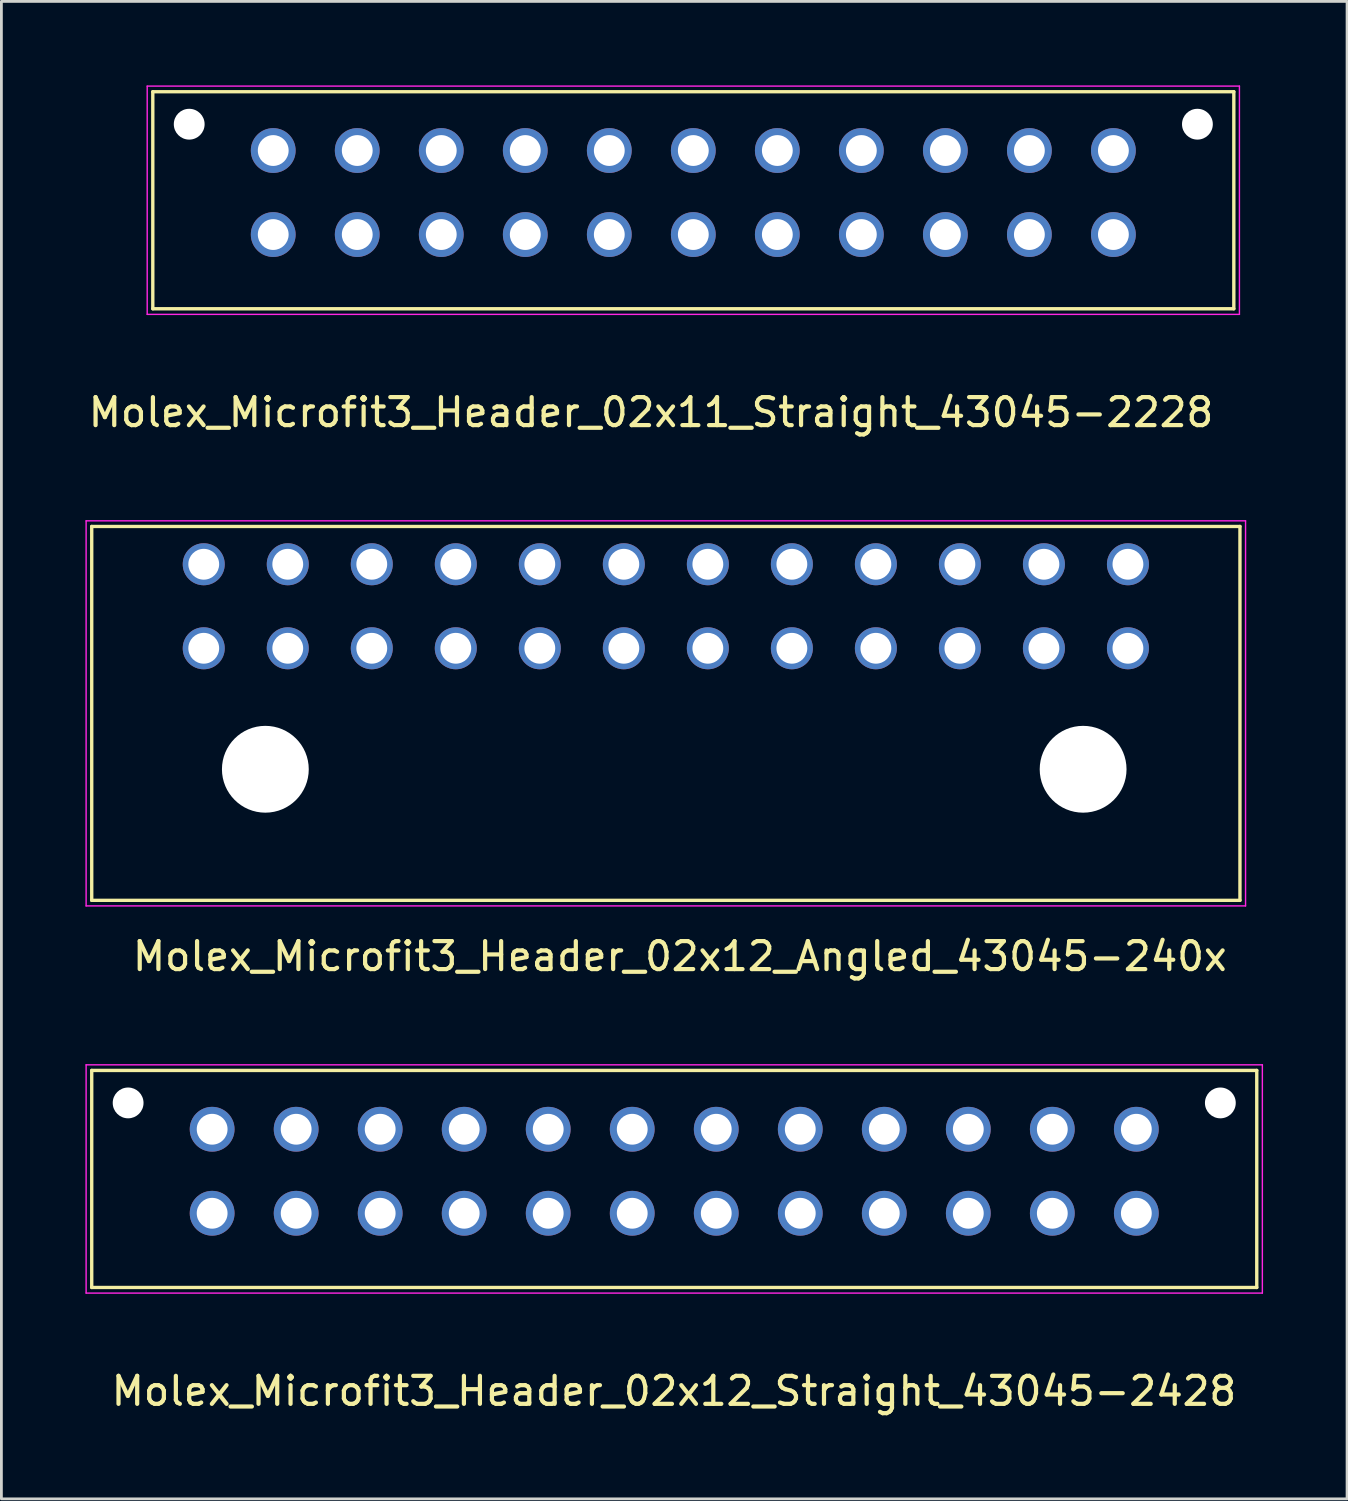
<source format=kicad_pcb>
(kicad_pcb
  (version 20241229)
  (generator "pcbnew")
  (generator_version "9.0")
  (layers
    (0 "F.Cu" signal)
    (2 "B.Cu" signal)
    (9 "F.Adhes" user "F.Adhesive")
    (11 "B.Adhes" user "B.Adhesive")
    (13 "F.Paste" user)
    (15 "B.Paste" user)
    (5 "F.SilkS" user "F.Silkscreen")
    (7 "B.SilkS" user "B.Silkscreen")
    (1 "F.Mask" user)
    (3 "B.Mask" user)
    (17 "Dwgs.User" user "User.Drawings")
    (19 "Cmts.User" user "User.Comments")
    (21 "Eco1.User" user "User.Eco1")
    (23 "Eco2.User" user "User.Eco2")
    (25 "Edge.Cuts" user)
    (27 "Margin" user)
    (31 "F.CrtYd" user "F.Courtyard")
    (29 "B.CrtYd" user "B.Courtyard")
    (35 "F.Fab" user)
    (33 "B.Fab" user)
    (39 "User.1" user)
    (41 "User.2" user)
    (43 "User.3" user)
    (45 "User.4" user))
  (footprint "Molex_Microfit3_Header_02x12_Angled_43045-240x"
    (layer "F.Cu")
    (at 37.225 20.098)
    (property "Reference" "Molex_Microfit3_Header_02x12_Angled_43045-240x" (at -16 11 0) (layer "F.SilkS") (effects (font (size 1 1) (thickness 0.15))))
    (attr through_hole)
    (fp_line (start -37 -4.35) (end 4 -4.35) (stroke (width 0.12) (type solid)) (layer "F.SilkS"))
    (fp_line (start -37 9) (end -37 -4.35) (stroke (width 0.12) (type solid)) (layer "F.SilkS"))
    (fp_line (start 4 -4.35) (end 4 9) (stroke (width 0.12) (type solid)) (layer "F.SilkS"))
    (fp_line (start 4 9) (end -37 9) (stroke (width 0.12) (type solid)) (layer "F.SilkS"))
    (fp_line (start -37.2 -4.55) (end -37.2 9.2) (stroke (width 0.05) (type solid)) (layer "F.CrtYd"))
    (fp_line (start -37.2 9.2) (end 4.2 9.2) (stroke (width 0.05) (type solid)) (layer "F.CrtYd"))
    (fp_line (start 4.2 -4.55) (end -37.2 -4.55) (stroke (width 0.05) (type solid)) (layer "F.CrtYd"))
    (fp_line (start 4.2 9.2) (end 4.2 -4.55) (stroke (width 0.05) (type solid)) (layer "F.CrtYd"))
    (pad "" np_thru_hole circle (at -30.8 4.32) (size 3.1 3.1) (drill 3.1) (layers "*.Cu" "*.Mask"))
    (pad "" np_thru_hole circle (at -1.6 4.32) (size 3.1 3.1) (drill 3.1) (layers "*.Cu" "*.Mask"))
    (pad "1" thru_hole circle (at 0 0) (size 1.5 1.5) (drill 1.1) (layers "*.Cu" "*.Mask"))
    (pad "2" thru_hole circle (at -3 0) (size 1.5 1.5) (drill 1.1) (layers "*.Cu" "*.Mask"))
    (pad "3" thru_hole circle (at -6 0) (size 1.5 1.5) (drill 1.1) (layers "*.Cu" "*.Mask"))
    (pad "4" thru_hole circle (at -9 0) (size 1.5 1.5) (drill 1.1) (layers "*.Cu" "*.Mask"))
    (pad "5" thru_hole circle (at -12 0) (size 1.5 1.5) (drill 1.1) (layers "*.Cu" "*.Mask"))
    (pad "6" thru_hole circle (at -15 0) (size 1.5 1.5) (drill 1.1) (layers "*.Cu" "*.Mask"))
    (pad "7" thru_hole circle (at -18 0) (size 1.5 1.5) (drill 1.1) (layers "*.Cu" "*.Mask"))
    (pad "8" thru_hole circle (at -21 0) (size 1.5 1.5) (drill 1.1) (layers "*.Cu" "*.Mask"))
    (pad "9" thru_hole circle (at -24 0) (size 1.5 1.5) (drill 1.1) (layers "*.Cu" "*.Mask"))
    (pad "10" thru_hole circle (at -27 0) (size 1.5 1.5) (drill 1.1) (layers "*.Cu" "*.Mask"))
    (pad "11" thru_hole circle (at -30 0) (size 1.5 1.5) (drill 1.1) (layers "*.Cu" "*.Mask"))
    (pad "12" thru_hole circle (at -33 0) (size 1.5 1.5) (drill 1.1) (layers "*.Cu" "*.Mask"))
    (pad "13" thru_hole circle (at 0 -3) (size 1.5 1.5) (drill 1.1) (layers "*.Cu" "*.Mask"))
    (pad "14" thru_hole circle (at -3 -3) (size 1.5 1.5) (drill 1.1) (layers "*.Cu" "*.Mask"))
    (pad "15" thru_hole circle (at -6 -3) (size 1.5 1.5) (drill 1.1) (layers "*.Cu" "*.Mask"))
    (pad "16" thru_hole circle (at -9 -3) (size 1.5 1.5) (drill 1.1) (layers "*.Cu" "*.Mask"))
    (pad "17" thru_hole circle (at -12 -3) (size 1.5 1.5) (drill 1.1) (layers "*.Cu" "*.Mask"))
    (pad "18" thru_hole circle (at -15 -3) (size 1.5 1.5) (drill 1.1) (layers "*.Cu" "*.Mask"))
    (pad "19" thru_hole circle (at -18 -3) (size 1.5 1.5) (drill 1.1) (layers "*.Cu" "*.Mask"))
    (pad "20" thru_hole circle (at -21 -3) (size 1.5 1.5) (drill 1.1) (layers "*.Cu" "*.Mask"))
    (pad "21" thru_hole circle (at -24 -3) (size 1.5 1.5) (drill 1.1) (layers "*.Cu" "*.Mask"))
    (pad "22" thru_hole circle (at -27 -3) (size 1.5 1.5) (drill 1.1) (layers "*.Cu" "*.Mask"))
    (pad "23" thru_hole circle (at -30 -3) (size 1.5 1.5) (drill 1.1) (layers "*.Cu" "*.Mask"))
    (pad "24" thru_hole circle (at -33 -3) (size 1.5 1.5) (drill 1.1) (layers "*.Cu" "*.Mask")))
  (footprint "Molex_Microfit3_Header_02x11_Straight_43045-2228"
    (layer "F.Cu")
    (at 36.706 5.325)
    (property "Reference" "Molex_Microfit3_Header_02x11_Straight_43045-2228" (at -16.51 6.35 0) (layer "F.SilkS") (effects (font (size 1 1) (thickness 0.15))))
    (attr through_hole)
    (fp_line (start -34.3 2.65) (end -34.3 -5.1) (stroke (width 0.12) (type solid)) (layer "F.SilkS"))
    (fp_line (start 4.3 -5.1) (end -34.3 -5.1) (stroke (width 0.12) (type solid)) (layer "F.SilkS"))
    (fp_line (start 4.3 2.65) (end -34.3 2.65) (stroke (width 0.12) (type solid)) (layer "F.SilkS"))
    (fp_line (start 4.3 2.65) (end 4.3 -5.1) (stroke (width 0.12) (type solid)) (layer "F.SilkS"))
    (fp_line (start -34.5 2.85) (end -34.5 -5.3) (stroke (width 0.05) (type solid)) (layer "F.CrtYd"))
    (fp_line (start 4.5 -5.3) (end -34.5 -5.3) (stroke (width 0.05) (type solid)) (layer "F.CrtYd"))
    (fp_line (start 4.5 2.85) (end -34.5 2.85) (stroke (width 0.05) (type solid)) (layer "F.CrtYd"))
    (fp_line (start 4.5 2.85) (end 4.5 -5.3) (stroke (width 0.05) (type solid)) (layer "F.CrtYd"))
    (pad "" np_thru_hole circle (at -33 -3.94) (size 1.1 1.1) (drill 1.1) (layers "*.Cu" "*.Mask"))
    (pad "" np_thru_hole circle (at 3 -3.94) (size 1.1 1.1) (drill 1.1) (layers "*.Cu" "*.Mask"))
    (pad "1" thru_hole circle (at 0 0) (size 1.6 1.6) (drill 1.1) (layers "*.Cu" "*.Mask"))
    (pad "2" thru_hole circle (at -3 0) (size 1.6 1.6) (drill 1.1) (layers "*.Cu" "*.Mask"))
    (pad "3" thru_hole circle (at -6 0) (size 1.6 1.6) (drill 1.1) (layers "*.Cu" "*.Mask"))
    (pad "4" thru_hole circle (at -9 0) (size 1.6 1.6) (drill 1.1) (layers "*.Cu" "*.Mask"))
    (pad "5" thru_hole circle (at -12 0) (size 1.6 1.6) (drill 1.1) (layers "*.Cu" "*.Mask"))
    (pad "6" thru_hole circle (at -15 0) (size 1.6 1.6) (drill 1.1) (layers "*.Cu" "*.Mask"))
    (pad "7" thru_hole circle (at -18 0) (size 1.6 1.6) (drill 1.1) (layers "*.Cu" "*.Mask"))
    (pad "8" thru_hole circle (at -21 0) (size 1.6 1.6) (drill 1.1) (layers "*.Cu" "*.Mask"))
    (pad "9" thru_hole circle (at -24 0) (size 1.6 1.6) (drill 1.1) (layers "*.Cu" "*.Mask"))
    (pad "10" thru_hole circle (at -27 0) (size 1.6 1.6) (drill 1.1) (layers "*.Cu" "*.Mask"))
    (pad "11" thru_hole circle (at -30 0) (size 1.6 1.6) (drill 1.1) (layers "*.Cu" "*.Mask"))
    (pad "12" thru_hole circle (at 0 -3) (size 1.6 1.6) (drill 1.1) (layers "*.Cu" "*.Mask"))
    (pad "13" thru_hole circle (at -3 -3) (size 1.6 1.6) (drill 1.1) (layers "*.Cu" "*.Mask"))
    (pad "14" thru_hole circle (at -6 -3) (size 1.6 1.6) (drill 1.1) (layers "*.Cu" "*.Mask"))
    (pad "15" thru_hole circle (at -9 -3) (size 1.6 1.6) (drill 1.1) (layers "*.Cu" "*.Mask"))
    (pad "16" thru_hole circle (at -12 -3) (size 1.6 1.6) (drill 1.1) (layers "*.Cu" "*.Mask"))
    (pad "17" thru_hole circle (at -15 -3) (size 1.6 1.6) (drill 1.1) (layers "*.Cu" "*.Mask"))
    (pad "18" thru_hole circle (at -18 -3) (size 1.6 1.6) (drill 1.1) (layers "*.Cu" "*.Mask"))
    (pad "19" thru_hole circle (at -21 -3) (size 1.6 1.6) (drill 1.1) (layers "*.Cu" "*.Mask"))
    (pad "20" thru_hole circle (at -24 -3) (size 1.6 1.6) (drill 1.1) (layers "*.Cu" "*.Mask"))
    (pad "21" thru_hole circle (at -27 -3) (size 1.6 1.6) (drill 1.1) (layers "*.Cu" "*.Mask"))
    (pad "22" thru_hole circle (at -30 -3) (size 1.6 1.6) (drill 1.1) (layers "*.Cu" "*.Mask")))
  (footprint "Molex_Microfit3_Header_02x12_Straight_43045-2428"
    (layer "F.Cu")
    (at 37.525 40.272)
    (property "Reference" "Molex_Microfit3_Header_02x12_Straight_43045-2428" (at -16.51 6.35 0) (layer "F.SilkS") (effects (font (size 1 1) (thickness 0.15))))
    (attr through_hole)
    (fp_line (start -37.3 2.65) (end -37.3 -5.1) (stroke (width 0.12) (type solid)) (layer "F.SilkS"))
    (fp_line (start 4.3 -5.1) (end -37.3 -5.1) (stroke (width 0.12) (type solid)) (layer "F.SilkS"))
    (fp_line (start 4.3 2.65) (end -37.3 2.65) (stroke (width 0.12) (type solid)) (layer "F.SilkS"))
    (fp_line (start 4.3 2.65) (end 4.3 -5.1) (stroke (width 0.12) (type solid)) (layer "F.SilkS"))
    (fp_line (start -37.5 2.85) (end -37.5 -5.3) (stroke (width 0.05) (type solid)) (layer "F.CrtYd"))
    (fp_line (start 4.5 -5.3) (end -37.5 -5.3) (stroke (width 0.05) (type solid)) (layer "F.CrtYd"))
    (fp_line (start 4.5 2.85) (end -37.5 2.85) (stroke (width 0.05) (type solid)) (layer "F.CrtYd"))
    (fp_line (start 4.5 2.85) (end 4.5 -5.3) (stroke (width 0.05) (type solid)) (layer "F.CrtYd"))
    (pad "" np_thru_hole circle (at -36 -3.94) (size 1.1 1.1) (drill 1.1) (layers "*.Cu" "*.Mask"))
    (pad "" np_thru_hole circle (at 3 -3.94) (size 1.1 1.1) (drill 1.1) (layers "*.Cu" "*.Mask"))
    (pad "1" thru_hole circle (at 0 0) (size 1.6 1.6) (drill 1.1) (layers "*.Cu" "*.Mask"))
    (pad "2" thru_hole circle (at -3 0) (size 1.6 1.6) (drill 1.1) (layers "*.Cu" "*.Mask"))
    (pad "3" thru_hole circle (at -6 0) (size 1.6 1.6) (drill 1.1) (layers "*.Cu" "*.Mask"))
    (pad "4" thru_hole circle (at -9 0) (size 1.6 1.6) (drill 1.1) (layers "*.Cu" "*.Mask"))
    (pad "5" thru_hole circle (at -12 0) (size 1.6 1.6) (drill 1.1) (layers "*.Cu" "*.Mask"))
    (pad "6" thru_hole circle (at -15 0) (size 1.6 1.6) (drill 1.1) (layers "*.Cu" "*.Mask"))
    (pad "7" thru_hole circle (at -18 0) (size 1.6 1.6) (drill 1.1) (layers "*.Cu" "*.Mask"))
    (pad "8" thru_hole circle (at -21 0) (size 1.6 1.6) (drill 1.1) (layers "*.Cu" "*.Mask"))
    (pad "9" thru_hole circle (at -24 0) (size 1.6 1.6) (drill 1.1) (layers "*.Cu" "*.Mask"))
    (pad "10" thru_hole circle (at -27 0) (size 1.6 1.6) (drill 1.1) (layers "*.Cu" "*.Mask"))
    (pad "11" thru_hole circle (at -30 0) (size 1.6 1.6) (drill 1.1) (layers "*.Cu" "*.Mask"))
    (pad "12" thru_hole circle (at -33 0) (size 1.6 1.6) (drill 1.1) (layers "*.Cu" "*.Mask"))
    (pad "13" thru_hole circle (at 0 -3) (size 1.6 1.6) (drill 1.1) (layers "*.Cu" "*.Mask"))
    (pad "14" thru_hole circle (at -3 -3) (size 1.6 1.6) (drill 1.1) (layers "*.Cu" "*.Mask"))
    (pad "15" thru_hole circle (at -6 -3) (size 1.6 1.6) (drill 1.1) (layers "*.Cu" "*.Mask"))
    (pad "16" thru_hole circle (at -9 -3) (size 1.6 1.6) (drill 1.1) (layers "*.Cu" "*.Mask"))
    (pad "17" thru_hole circle (at -12 -3) (size 1.6 1.6) (drill 1.1) (layers "*.Cu" "*.Mask"))
    (pad "18" thru_hole circle (at -15 -3) (size 1.6 1.6) (drill 1.1) (layers "*.Cu" "*.Mask"))
    (pad "19" thru_hole circle (at -18 -3) (size 1.6 1.6) (drill 1.1) (layers "*.Cu" "*.Mask"))
    (pad "20" thru_hole circle (at -21 -3) (size 1.6 1.6) (drill 1.1) (layers "*.Cu" "*.Mask"))
    (pad "21" thru_hole circle (at -24 -3) (size 1.6 1.6) (drill 1.1) (layers "*.Cu" "*.Mask"))
    (pad "22" thru_hole circle (at -27 -3) (size 1.6 1.6) (drill 1.1) (layers "*.Cu" "*.Mask"))
    (pad "23" thru_hole circle (at -30 -3) (size 1.6 1.6) (drill 1.1) (layers "*.Cu" "*.Mask"))
    (pad "24" thru_hole circle (at -33 -3) (size 1.6 1.6) (drill 1.1) (layers "*.Cu" "*.Mask")))
  (gr_rect
    (start -3 -3)
    (end 45.05 50.47)
    (stroke (width 0.1) (type default))
    (fill no)
    (layer "Edge.Cuts")))
</source>
